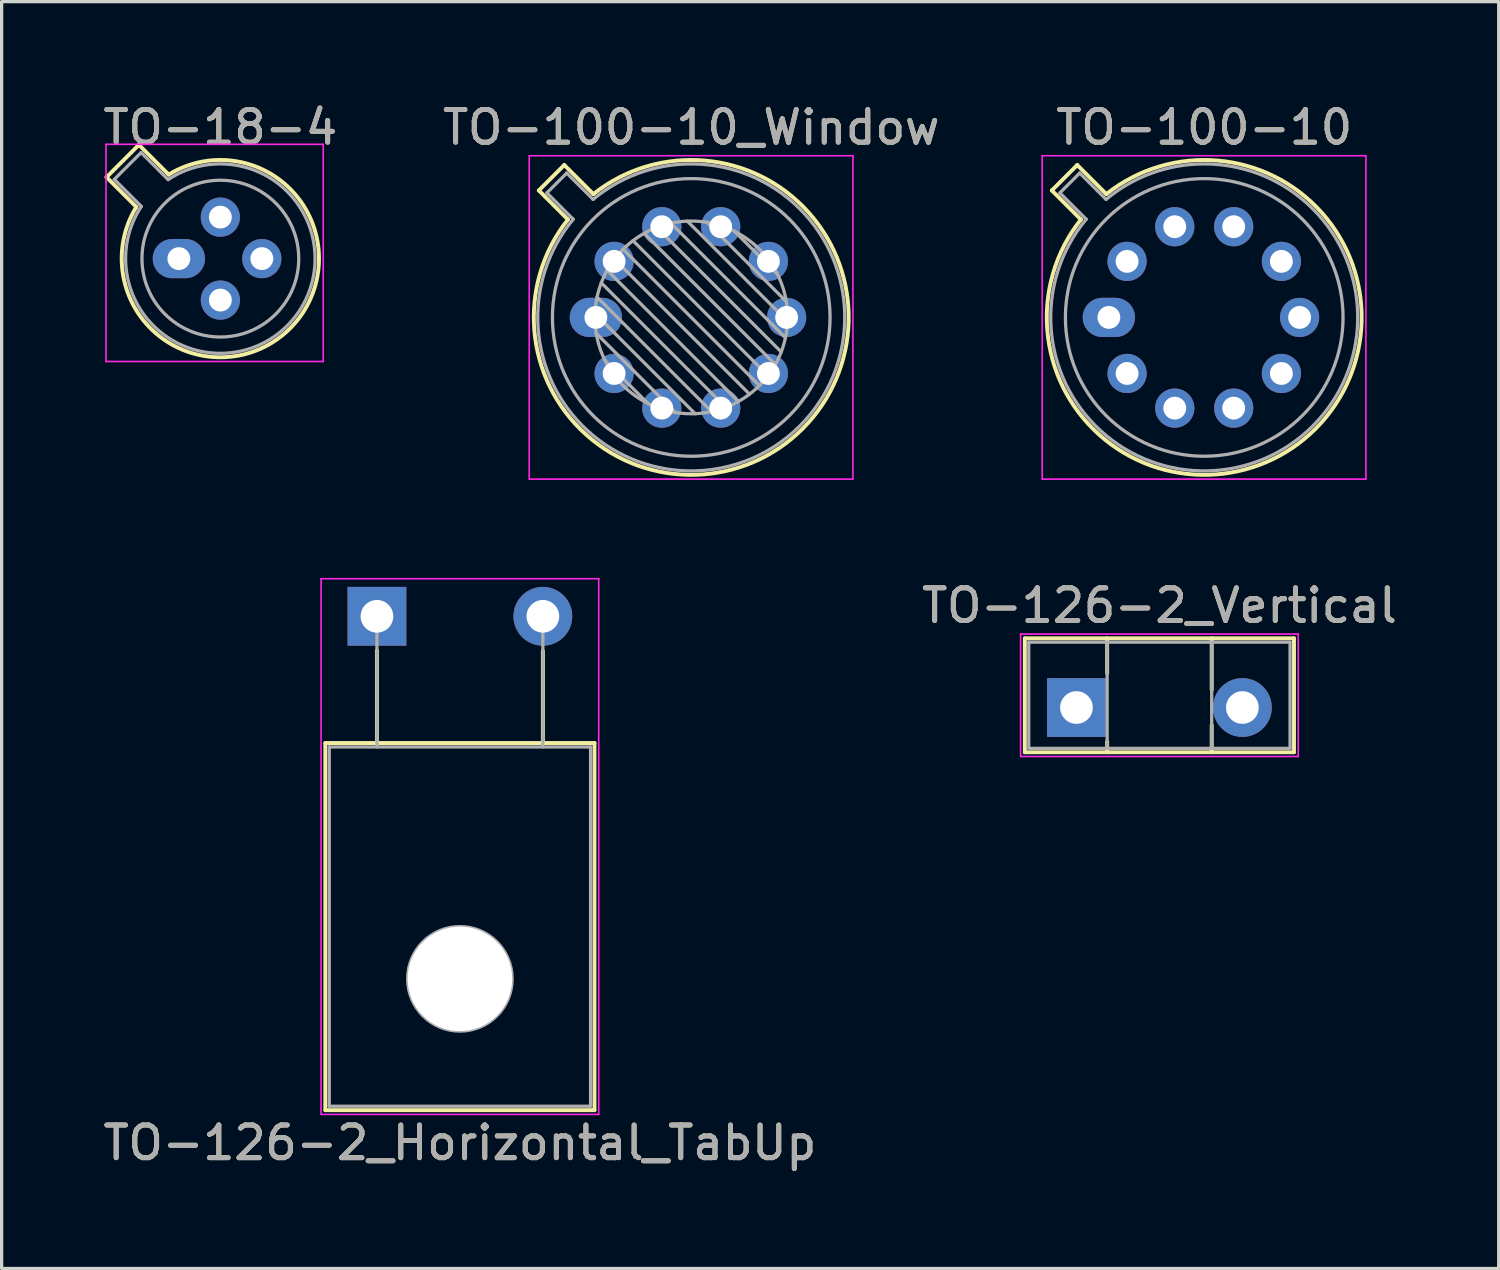
<source format=kicad_pcb>
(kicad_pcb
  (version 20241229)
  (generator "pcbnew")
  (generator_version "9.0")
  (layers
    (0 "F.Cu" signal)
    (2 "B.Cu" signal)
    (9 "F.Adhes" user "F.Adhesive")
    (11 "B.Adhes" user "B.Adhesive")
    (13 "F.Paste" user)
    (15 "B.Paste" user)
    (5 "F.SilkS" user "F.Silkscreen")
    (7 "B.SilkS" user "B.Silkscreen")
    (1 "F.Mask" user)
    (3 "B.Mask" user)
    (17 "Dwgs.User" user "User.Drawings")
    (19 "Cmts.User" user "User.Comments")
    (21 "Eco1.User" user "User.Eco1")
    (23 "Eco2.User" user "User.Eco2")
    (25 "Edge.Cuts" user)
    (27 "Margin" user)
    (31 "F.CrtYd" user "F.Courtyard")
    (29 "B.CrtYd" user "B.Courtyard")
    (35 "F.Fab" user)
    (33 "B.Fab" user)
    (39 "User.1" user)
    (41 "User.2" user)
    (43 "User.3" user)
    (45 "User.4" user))
  (footprint "TO-18-4"
    (layer "F.Cu")
    (at 2.426 4.868)
    (property "Reference" "TO-18-4" (at 1.27 -4.02 0) (layer "F.SilkS") (effects (font (size 1 1) (thickness 0.15))))
    (attr through_hole)
    (fp_line (start -2.214 -2.494) (end -1.302 -1.582) (stroke (width 0.12) (type solid)) (layer "F.SilkS"))
    (fp_line (start -1.224 -3.484) (end -2.214 -2.494) (stroke (width 0.12) (type solid)) (layer "F.SilkS"))
    (fp_line (start -0.312 -2.572) (end -1.224 -3.484) (stroke (width 0.12) (type solid)) (layer "F.SilkS"))
    (fp_arc (start -0.312331 -2.572281) (mid 3.405374 2.135551) (end -1.30215 -1.582544) (stroke (width 0.12) (type solid)) (layer "F.SilkS"))
    (fp_line (start -2.23 -3.5) (end -2.23 3.15) (stroke (width 0.05) (type solid)) (layer "F.CrtYd"))
    (fp_line (start -2.23 3.15) (end 4.42 3.15) (stroke (width 0.05) (type solid)) (layer "F.CrtYd"))
    (fp_line (start 4.42 -3.5) (end -2.23 -3.5) (stroke (width 0.05) (type solid)) (layer "F.CrtYd"))
    (fp_line (start 4.42 3.15) (end 4.42 -3.5) (stroke (width 0.05) (type solid)) (layer "F.CrtYd"))
    (fp_line (start -1.977 -2.426) (end -1.149 -1.599) (stroke (width 0.1) (type solid)) (layer "F.Fab"))
    (fp_line (start -1.156 -3.247) (end -1.977 -2.426) (stroke (width 0.1) (type solid)) (layer "F.Fab"))
    (fp_line (start -0.329 -2.419) (end -1.156 -3.247) (stroke (width 0.1) (type solid)) (layer "F.Fab"))
    (fp_arc (start -0.329057 -2.419301) (mid 3.321076 2.050143) (end -1.150029 -1.597956) (stroke (width 0.1) (type solid)) (layer "F.Fab"))
    (fp_circle (center 1.27 0) (end 3.67 0) (stroke (width 0.1) (type solid)) (fill no) (layer "F.Fab"))
    (fp_text user "${REFERENCE}" (at 1.27 -4.02 0) (layer "F.Fab") (effects (font (size 1 1) (thickness 0.15))))
    (pad "1" thru_hole oval (at 0 0) (size 1.6 1.2) (drill 0.7) (layers "*.Cu" "*.Mask"))
    (pad "2" thru_hole oval (at 1.27 1.27) (size 1.2 1.2) (drill 0.7) (layers "*.Cu" "*.Mask"))
    (pad "3" thru_hole oval (at 2.54 0) (size 1.2 1.2) (drill 0.7) (layers "*.Cu" "*.Mask"))
    (pad "4" thru_hole oval (at 1.27 -1.27) (size 1.2 1.2) (drill 0.7) (layers "*.Cu" "*.Mask")))
  (footprint "TO-126-2_Horizontal_TabUp"
    (layer "F.Cu")
    (at 8.49 15.818)
    (property "Reference" "TO-126-2_Horizontal_TabUp" (at 2.54 16.12 0) (layer "F.SilkS") (effects (font (size 1 1) (thickness 0.15))))
    (attr through_hole)
    (fp_line (start -1.58 3.88) (end -1.58 15.12) (stroke (width 0.12) (type solid)) (layer "F.SilkS"))
    (fp_line (start -1.58 3.88) (end 6.66 3.88) (stroke (width 0.12) (type solid)) (layer "F.SilkS"))
    (fp_line (start -1.58 15.12) (end 6.66 15.12) (stroke (width 0.12) (type solid)) (layer "F.SilkS"))
    (fp_line (start 0 1.05) (end 0 3.88) (stroke (width 0.12) (type solid)) (layer "F.SilkS"))
    (fp_line (start 5.08 1.066) (end 5.08 3.88) (stroke (width 0.12) (type solid)) (layer "F.SilkS"))
    (fp_line (start 6.66 3.88) (end 6.66 15.12) (stroke (width 0.12) (type solid)) (layer "F.SilkS"))
    (fp_line (start -1.71 -1.15) (end -1.71 15.25) (stroke (width 0.05) (type solid)) (layer "F.CrtYd"))
    (fp_line (start -1.71 15.25) (end 6.79 15.25) (stroke (width 0.05) (type solid)) (layer "F.CrtYd"))
    (fp_line (start 6.79 -1.15) (end -1.71 -1.15) (stroke (width 0.05) (type solid)) (layer "F.CrtYd"))
    (fp_line (start 6.79 15.25) (end 6.79 -1.15) (stroke (width 0.05) (type solid)) (layer "F.CrtYd"))
    (fp_line (start -1.46 4) (end -1.46 15) (stroke (width 0.1) (type solid)) (layer "F.Fab"))
    (fp_line (start -1.46 15) (end 6.54 15) (stroke (width 0.1) (type solid)) (layer "F.Fab"))
    (fp_line (start 0 4) (end 0 0) (stroke (width 0.1) (type solid)) (layer "F.Fab"))
    (fp_line (start 5.08 4) (end 5.08 0) (stroke (width 0.1) (type solid)) (layer "F.Fab"))
    (fp_line (start 6.54 4) (end -1.46 4) (stroke (width 0.1) (type solid)) (layer "F.Fab"))
    (fp_line (start 6.54 15) (end 6.54 4) (stroke (width 0.1) (type solid)) (layer "F.Fab"))
    (fp_circle (center 2.54 11.1) (end 4.14 11.1) (stroke (width 0.1) (type solid)) (fill no) (layer "F.Fab"))
    (fp_text user "${REFERENCE}" (at 2.54 16.12 0) (layer "F.Fab") (effects (font (size 1 1) (thickness 0.15))))
    (pad "" np_thru_hole oval (at 2.54 11.1) (size 3.2 3.2) (drill 3.2) (layers "*.Cu" "*.Mask"))
    (pad "1" thru_hole rect (at 0 0) (size 1.8 1.8) (drill 1) (layers "*.Cu" "*.Mask"))
    (pad "2" thru_hole oval (at 5.08 0) (size 1.8 1.8) (drill 1) (layers "*.Cu" "*.Mask")))
  (footprint "TO-126-2_Vertical"
    (layer "F.Cu")
    (at 29.906 18.611)
    (property "Reference" "TO-126-2_Vertical" (at 2.54 -3.12 0) (layer "F.SilkS") (effects (font (size 1 1) (thickness 0.15))))
    (attr through_hole)
    (fp_line (start -1.58 -2.12) (end -1.58 1.37) (stroke (width 0.12) (type solid)) (layer "F.SilkS"))
    (fp_line (start -1.58 -2.12) (end 6.66 -2.12) (stroke (width 0.12) (type solid)) (layer "F.SilkS"))
    (fp_line (start -1.58 1.37) (end 6.66 1.37) (stroke (width 0.12) (type solid)) (layer "F.SilkS"))
    (fp_line (start 0.94 -2.12) (end 0.94 -1.05) (stroke (width 0.12) (type solid)) (layer "F.SilkS"))
    (fp_line (start 0.94 1.05) (end 0.94 1.37) (stroke (width 0.12) (type solid)) (layer "F.SilkS"))
    (fp_line (start 4.141 -2.12) (end 4.141 -0.54) (stroke (width 0.12) (type solid)) (layer "F.SilkS"))
    (fp_line (start 4.141 0.54) (end 4.141 1.37) (stroke (width 0.12) (type solid)) (layer "F.SilkS"))
    (fp_line (start 6.66 -2.12) (end 6.66 1.37) (stroke (width 0.12) (type solid)) (layer "F.SilkS"))
    (fp_line (start -1.71 -2.25) (end -1.71 1.5) (stroke (width 0.05) (type solid)) (layer "F.CrtYd"))
    (fp_line (start -1.71 1.5) (end 6.79 1.5) (stroke (width 0.05) (type solid)) (layer "F.CrtYd"))
    (fp_line (start 6.79 -2.25) (end -1.71 -2.25) (stroke (width 0.05) (type solid)) (layer "F.CrtYd"))
    (fp_line (start 6.79 1.5) (end 6.79 -2.25) (stroke (width 0.05) (type solid)) (layer "F.CrtYd"))
    (fp_line (start -1.46 -2) (end -1.46 1.25) (stroke (width 0.1) (type solid)) (layer "F.Fab"))
    (fp_line (start -1.46 1.25) (end 6.54 1.25) (stroke (width 0.1) (type solid)) (layer "F.Fab"))
    (fp_line (start 0.94 -2) (end 0.94 1.25) (stroke (width 0.1) (type solid)) (layer "F.Fab"))
    (fp_line (start 4.14 -2) (end 4.14 1.25) (stroke (width 0.1) (type solid)) (layer "F.Fab"))
    (fp_line (start 6.54 -2) (end -1.46 -2) (stroke (width 0.1) (type solid)) (layer "F.Fab"))
    (fp_line (start 6.54 1.25) (end 6.54 -2) (stroke (width 0.1) (type solid)) (layer "F.Fab"))
    (fp_text user "${REFERENCE}" (at 2.54 -3.12 0) (layer "F.Fab") (effects (font (size 1 1) (thickness 0.15))))
    (pad "1" thru_hole rect (at 0 0) (size 1.8 1.8) (drill 1) (layers "*.Cu" "*.Mask"))
    (pad "2" thru_hole oval (at 5.08 0) (size 1.8 1.8) (drill 1) (layers "*.Cu" "*.Mask")))
  (footprint "TO-100-10"
    (layer "F.Cu")
    (at 30.898 6.668)
    (property "Reference" "TO-100-10" (at 2.92 -5.82 0) (layer "F.SilkS") (effects (font (size 1 1) (thickness 0.15))))
    (attr through_hole)
    (fp_line (start -1.746 -3.888) (end -0.855 -2.997) (stroke (width 0.12) (type solid)) (layer "F.SilkS"))
    (fp_line (start -0.968 -4.666) (end -1.746 -3.888) (stroke (width 0.12) (type solid)) (layer "F.SilkS"))
    (fp_line (start -0.077 -3.775) (end -0.968 -4.666) (stroke (width 0.12) (type solid)) (layer "F.SilkS"))
    (fp_arc (start -0.077084 -3.774902) (mid 6.328125 3.408384) (end -0.854674 -2.997371) (stroke (width 0.12) (type solid)) (layer "F.SilkS"))
    (fp_line (start -2.04 -4.95) (end -2.04 4.95) (stroke (width 0.05) (type solid)) (layer "F.CrtYd"))
    (fp_line (start -2.04 4.95) (end 7.87 4.95) (stroke (width 0.05) (type solid)) (layer "F.CrtYd"))
    (fp_line (start 7.87 -4.95) (end -2.04 -4.95) (stroke (width 0.05) (type solid)) (layer "F.CrtYd"))
    (fp_line (start 7.87 4.95) (end 7.87 -4.95) (stroke (width 0.05) (type solid)) (layer "F.CrtYd"))
    (fp_line (start -1.5 -3.812) (end -0.694 -3.005) (stroke (width 0.1) (type solid)) (layer "F.Fab"))
    (fp_line (start -0.892 -4.42) (end -1.5 -3.812) (stroke (width 0.1) (type solid)) (layer "F.Fab"))
    (fp_line (start -0.085 -3.614) (end -0.892 -4.42) (stroke (width 0.1) (type solid)) (layer "F.Fab"))
    (fp_arc (start -0.085408 -3.61352) (mid 6.243443 3.323361) (end -0.693594 -3.005319) (stroke (width 0.1) (type solid)) (layer "F.Fab"))
    (fp_circle (center 2.92 0) (end 7.17 0) (stroke (width 0.1) (type solid)) (fill no) (layer "F.Fab"))
    (fp_text user "${REFERENCE}" (at 2.92 -5.82 0) (layer "F.Fab") (effects (font (size 1 1) (thickness 0.15))))
    (pad "1" thru_hole oval (at 0 0) (size 1.6 1.2) (drill 0.7) (layers "*.Cu" "*.Mask"))
    (pad "2" thru_hole oval (at 0.558 1.716) (size 1.2 1.2) (drill 0.7) (layers "*.Cu" "*.Mask"))
    (pad "3" thru_hole oval (at 2.018 2.777) (size 1.2 1.2) (drill 0.7) (layers "*.Cu" "*.Mask"))
    (pad "4" thru_hole oval (at 3.822 2.777) (size 1.2 1.2) (drill 0.7) (layers "*.Cu" "*.Mask"))
    (pad "5" thru_hole oval (at 5.282 1.716) (size 1.2 1.2) (drill 0.7) (layers "*.Cu" "*.Mask"))
    (pad "6" thru_hole oval (at 5.84 0) (size 1.2 1.2) (drill 0.7) (layers "*.Cu" "*.Mask"))
    (pad "7" thru_hole oval (at 5.282 -1.716) (size 1.2 1.2) (drill 0.7) (layers "*.Cu" "*.Mask"))
    (pad "8" thru_hole oval (at 3.822 -2.777) (size 1.2 1.2) (drill 0.7) (layers "*.Cu" "*.Mask"))
    (pad "9" thru_hole oval (at 2.018 -2.777) (size 1.2 1.2) (drill 0.7) (layers "*.Cu" "*.Mask"))
    (pad "10" thru_hole oval (at 0.558 -1.716) (size 1.2 1.2) (drill 0.7) (layers "*.Cu" "*.Mask")))
  (footprint "TO-100-10_Window"
    (layer "F.Cu")
    (at 15.193 6.668)
    (property "Reference" "TO-100-10_Window" (at 2.92 -5.82 0) (layer "F.SilkS") (effects (font (size 1 1) (thickness 0.15))))
    (attr through_hole)
    (fp_line (start -1.746 -3.888) (end -0.855 -2.997) (stroke (width 0.12) (type solid)) (layer "F.SilkS"))
    (fp_line (start -0.968 -4.666) (end -1.746 -3.888) (stroke (width 0.12) (type solid)) (layer "F.SilkS"))
    (fp_line (start -0.077 -3.775) (end -0.968 -4.666) (stroke (width 0.12) (type solid)) (layer "F.SilkS"))
    (fp_arc (start -0.077084 -3.774902) (mid 6.328125 3.408384) (end -0.854674 -2.997371) (stroke (width 0.12) (type solid)) (layer "F.SilkS"))
    (fp_line (start -2.04 -4.95) (end -2.04 4.95) (stroke (width 0.05) (type solid)) (layer "F.CrtYd"))
    (fp_line (start -2.04 4.95) (end 7.87 4.95) (stroke (width 0.05) (type solid)) (layer "F.CrtYd"))
    (fp_line (start 7.87 -4.95) (end -2.04 -4.95) (stroke (width 0.05) (type solid)) (layer "F.CrtYd"))
    (fp_line (start 7.87 4.95) (end 7.87 -4.95) (stroke (width 0.05) (type solid)) (layer "F.CrtYd"))
    (fp_line (start -1.5 -3.812) (end -0.694 -3.005) (stroke (width 0.1) (type solid)) (layer "F.Fab"))
    (fp_line (start -0.892 -4.42) (end -1.5 -3.812) (stroke (width 0.1) (type solid)) (layer "F.Fab"))
    (fp_line (start -0.085 -3.614) (end -0.892 -4.42) (stroke (width 0.1) (type solid)) (layer "F.Fab"))
    (fp_line (start -0.028 -0.12) (end 3.04 2.948) (stroke (width 0.1) (type solid)) (layer "F.Fab"))
    (fp_line (start 0.009 0.485) (end 2.435 2.911) (stroke (width 0.1) (type solid)) (layer "F.Fab"))
    (fp_line (start 0.036 -0.622) (end 3.542 2.884) (stroke (width 0.1) (type solid)) (layer "F.Fab"))
    (fp_line (start 0.165 -1.058) (end 3.978 2.755) (stroke (width 0.1) (type solid)) (layer "F.Fab"))
    (fp_line (start 0.283 1.324) (end 1.596 2.637) (stroke (width 0.1) (type solid)) (layer "F.Fab"))
    (fp_line (start 0.346 -1.443) (end 4.363 2.574) (stroke (width 0.1) (type solid)) (layer "F.Fab"))
    (fp_line (start 0.57 -1.784) (end 4.704 2.35) (stroke (width 0.1) (type solid)) (layer "F.Fab"))
    (fp_line (start 0.834 -2.086) (end 5.006 2.086) (stroke (width 0.1) (type solid)) (layer "F.Fab"))
    (fp_line (start 1.136 -2.35) (end 5.27 1.784) (stroke (width 0.1) (type solid)) (layer "F.Fab"))
    (fp_line (start 1.477 -2.574) (end 5.494 1.443) (stroke (width 0.1) (type solid)) (layer "F.Fab"))
    (fp_line (start 1.862 -2.755) (end 5.675 1.058) (stroke (width 0.1) (type solid)) (layer "F.Fab"))
    (fp_line (start 2.298 -2.884) (end 5.804 0.622) (stroke (width 0.1) (type solid)) (layer "F.Fab"))
    (fp_line (start 2.8 -2.948) (end 5.868 0.12) (stroke (width 0.1) (type solid)) (layer "F.Fab"))
    (fp_line (start 3.405 -2.911) (end 5.831 -0.485) (stroke (width 0.1) (type solid)) (layer "F.Fab"))
    (fp_line (start 4.244 -2.637) (end 5.557 -1.324) (stroke (width 0.1) (type solid)) (layer "F.Fab"))
    (fp_arc (start -0.085408 -3.61352) (mid 6.243443 3.323361) (end -0.693594 -3.005319) (stroke (width 0.1) (type solid)) (layer "F.Fab"))
    (fp_circle (center 2.92 0) (end 5.87 0) (stroke (width 0.1) (type solid)) (fill no) (layer "F.Fab"))
    (fp_circle (center 2.92 0) (end 7.17 0) (stroke (width 0.1) (type solid)) (fill no) (layer "F.Fab"))
    (fp_text user "${REFERENCE}" (at 2.92 -5.82 0) (layer "F.Fab") (effects (font (size 1 1) (thickness 0.15))))
    (pad "1" thru_hole oval (at 0 0) (size 1.6 1.2) (drill 0.7) (layers "*.Cu" "*.Mask"))
    (pad "2" thru_hole oval (at 0.558 1.716) (size 1.2 1.2) (drill 0.7) (layers "*.Cu" "*.Mask"))
    (pad "3" thru_hole oval (at 2.018 2.777) (size 1.2 1.2) (drill 0.7) (layers "*.Cu" "*.Mask"))
    (pad "4" thru_hole oval (at 3.822 2.777) (size 1.2 1.2) (drill 0.7) (layers "*.Cu" "*.Mask"))
    (pad "5" thru_hole oval (at 5.282 1.716) (size 1.2 1.2) (drill 0.7) (layers "*.Cu" "*.Mask"))
    (pad "6" thru_hole oval (at 5.84 0) (size 1.2 1.2) (drill 0.7) (layers "*.Cu" "*.Mask"))
    (pad "7" thru_hole oval (at 5.282 -1.716) (size 1.2 1.2) (drill 0.7) (layers "*.Cu" "*.Mask"))
    (pad "8" thru_hole oval (at 3.822 -2.777) (size 1.2 1.2) (drill 0.7) (layers "*.Cu" "*.Mask"))
    (pad "9" thru_hole oval (at 2.018 -2.777) (size 1.2 1.2) (drill 0.7) (layers "*.Cu" "*.Mask"))
    (pad "10" thru_hole oval (at 0.558 -1.716) (size 1.2 1.2) (drill 0.7) (layers "*.Cu" "*.Mask")))
  (gr_rect
    (start -3 -3)
    (end 42.833 35.786)
    (stroke (width 0.1) (type default))
    (fill no)
    (layer "Edge.Cuts")))
</source>
